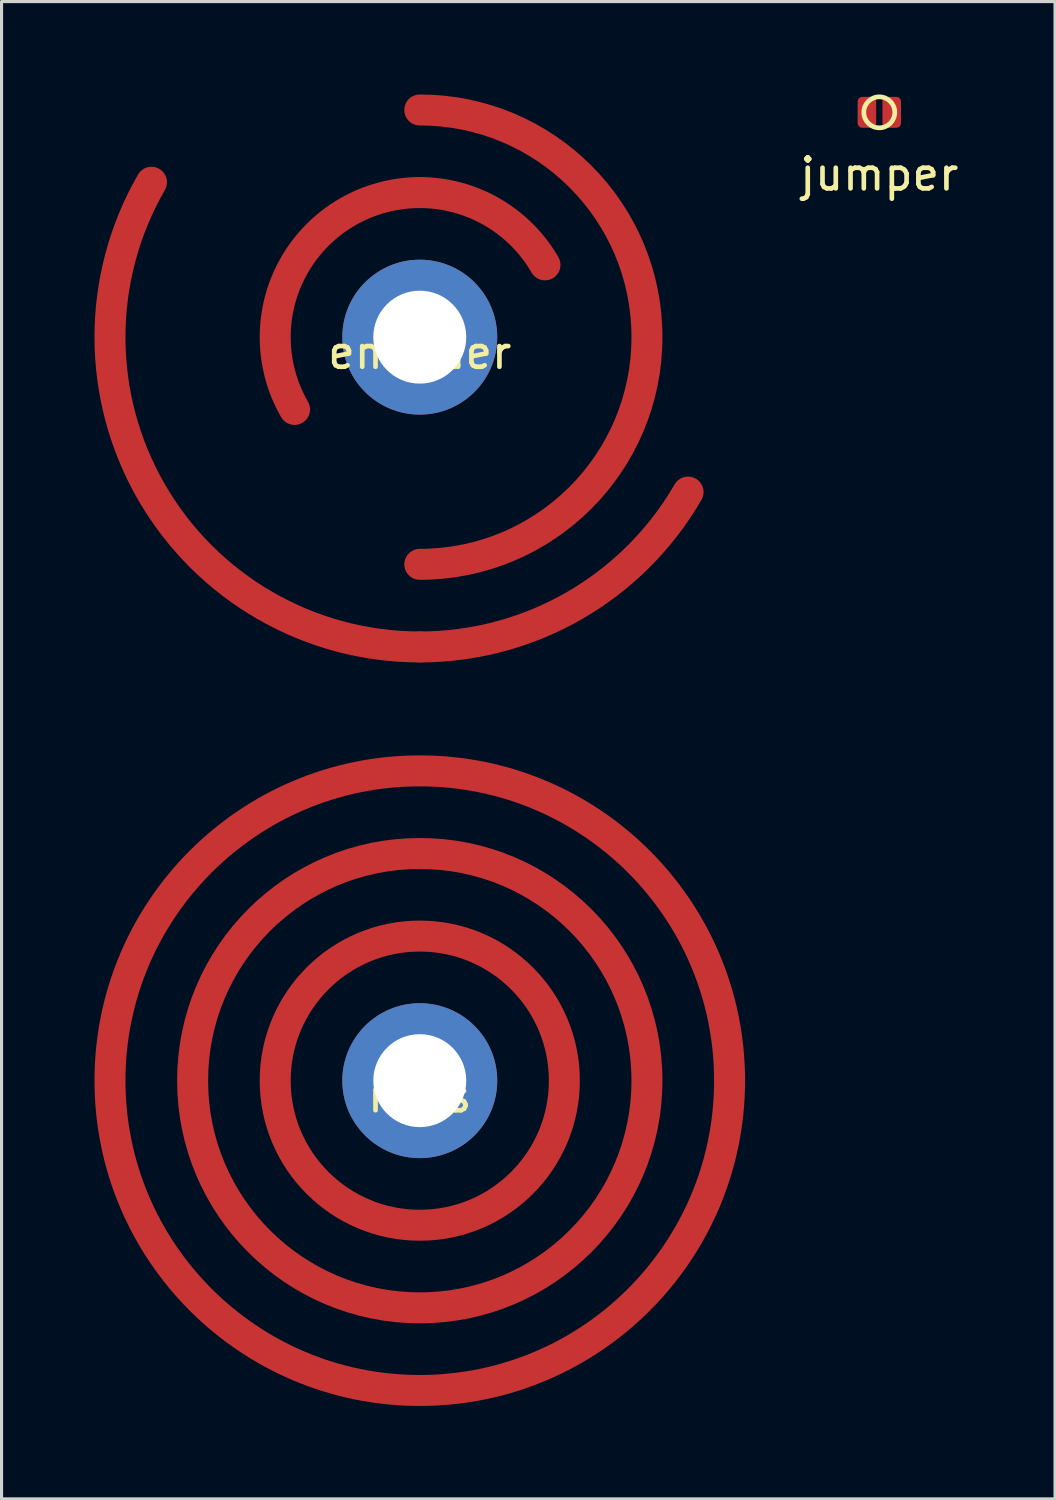
<source format=kicad_pcb>
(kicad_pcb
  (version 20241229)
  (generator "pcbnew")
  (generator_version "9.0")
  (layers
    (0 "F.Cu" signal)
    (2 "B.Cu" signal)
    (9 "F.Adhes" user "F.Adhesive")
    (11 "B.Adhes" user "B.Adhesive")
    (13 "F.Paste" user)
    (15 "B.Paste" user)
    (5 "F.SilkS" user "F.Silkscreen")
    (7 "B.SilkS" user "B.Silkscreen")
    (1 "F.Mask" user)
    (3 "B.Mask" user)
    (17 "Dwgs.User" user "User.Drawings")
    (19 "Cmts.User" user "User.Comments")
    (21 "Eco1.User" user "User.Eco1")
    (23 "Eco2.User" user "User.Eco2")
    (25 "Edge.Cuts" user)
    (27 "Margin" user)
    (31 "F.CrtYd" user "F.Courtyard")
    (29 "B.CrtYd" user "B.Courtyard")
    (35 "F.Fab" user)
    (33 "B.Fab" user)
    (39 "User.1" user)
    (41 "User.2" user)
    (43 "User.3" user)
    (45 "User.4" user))
  (footprint "encoder"
    (layer "F.Cu")
    (at 10.5 7.833)
    (property "Reference" "encoder" (at 0 0.5 0) (layer "F.SilkS") (effects (font (size 1 1) (thickness 0.15))))
    (attr through_hole)
    (fp_arc (start -4.041455 2.333335) (mid -4.041455 -2.333335) (end 0 -4.66667) (stroke (width 1) (type solid)) (layer "F.Cu"))
    (fp_arc (start 0 -7.3333) (mid 7.3333 0) (end 0 7.3333) (stroke (width 1) (type solid)) (layer "F.Cu"))
    (fp_arc (start 0 -4.66667) (mid 2.333335 -4.041455) (end 4.041455 -2.333335) (stroke (width 1) (type solid)) (layer "F.Cu"))
    (fp_arc (start 0 10) (mid -8.660254 5) (end -8.660254 -5) (stroke (width 1) (type solid)) (layer "F.Cu"))
    (fp_arc (start 8.660254 5) (mid 5 8.660254) (end 0 10) (stroke (width 1) (type solid)) (layer "F.Cu"))
    (pad "1" thru_hole circle (at 0 0) (size 5 5) (drill 3) (layers "*.Cu" "*.Mask")))
  (footprint "rails"
    (layer "F.Cu")
    (at 10.5 31.833)
    (property "Reference" "rails" (at 0 0.5 0) (layer "F.SilkS") (effects (font (size 1 1) (thickness 0.15))))
    (attr through_hole)
    (fp_circle (center 0 0) (end 4.667 0) (stroke (width 1) (type solid)) (fill no) (layer "F.Cu"))
    (fp_circle (center 0 0) (end 7.333 0) (stroke (width 1) (type solid)) (fill no) (layer "F.Cu"))
    (fp_circle (center 0 0) (end 10 0) (stroke (width 1) (type solid)) (fill no) (layer "F.Cu"))
    (pad "1" thru_hole circle (at 0 0) (size 5 5) (drill 3) (layers "*.Cu" "*.Mask")))
  (footprint "jumper"
    (layer "F.Cu")
    (at 25.333 0.576)
    (property "Reference" "jumper" (at 0 2 0) (layer "F.SilkS") (effects (font (size 1 1) (thickness 0.15))))
    (attr through_hole)
    (fp_circle (center 0 0) (end 0.5 0) (stroke (width 0.152) (type solid)) (fill no) (layer "F.SilkS"))
    (pad "1" smd roundrect (at -0.4 0) (size 0.6 1) (layers "F.Cu" "F.Mask") (roundrect_rratio 0.25))
    (pad "2" smd roundrect (at 0.4 0) (size 0.6 1) (layers "F.Cu" "F.Mask") (roundrect_rratio 0.25)))
  (gr_rect
    (start -3 -3)
    (end 31.005 45.333)
    (stroke (width 0.1) (type default))
    (fill no)
    (layer "Edge.Cuts")))
</source>
